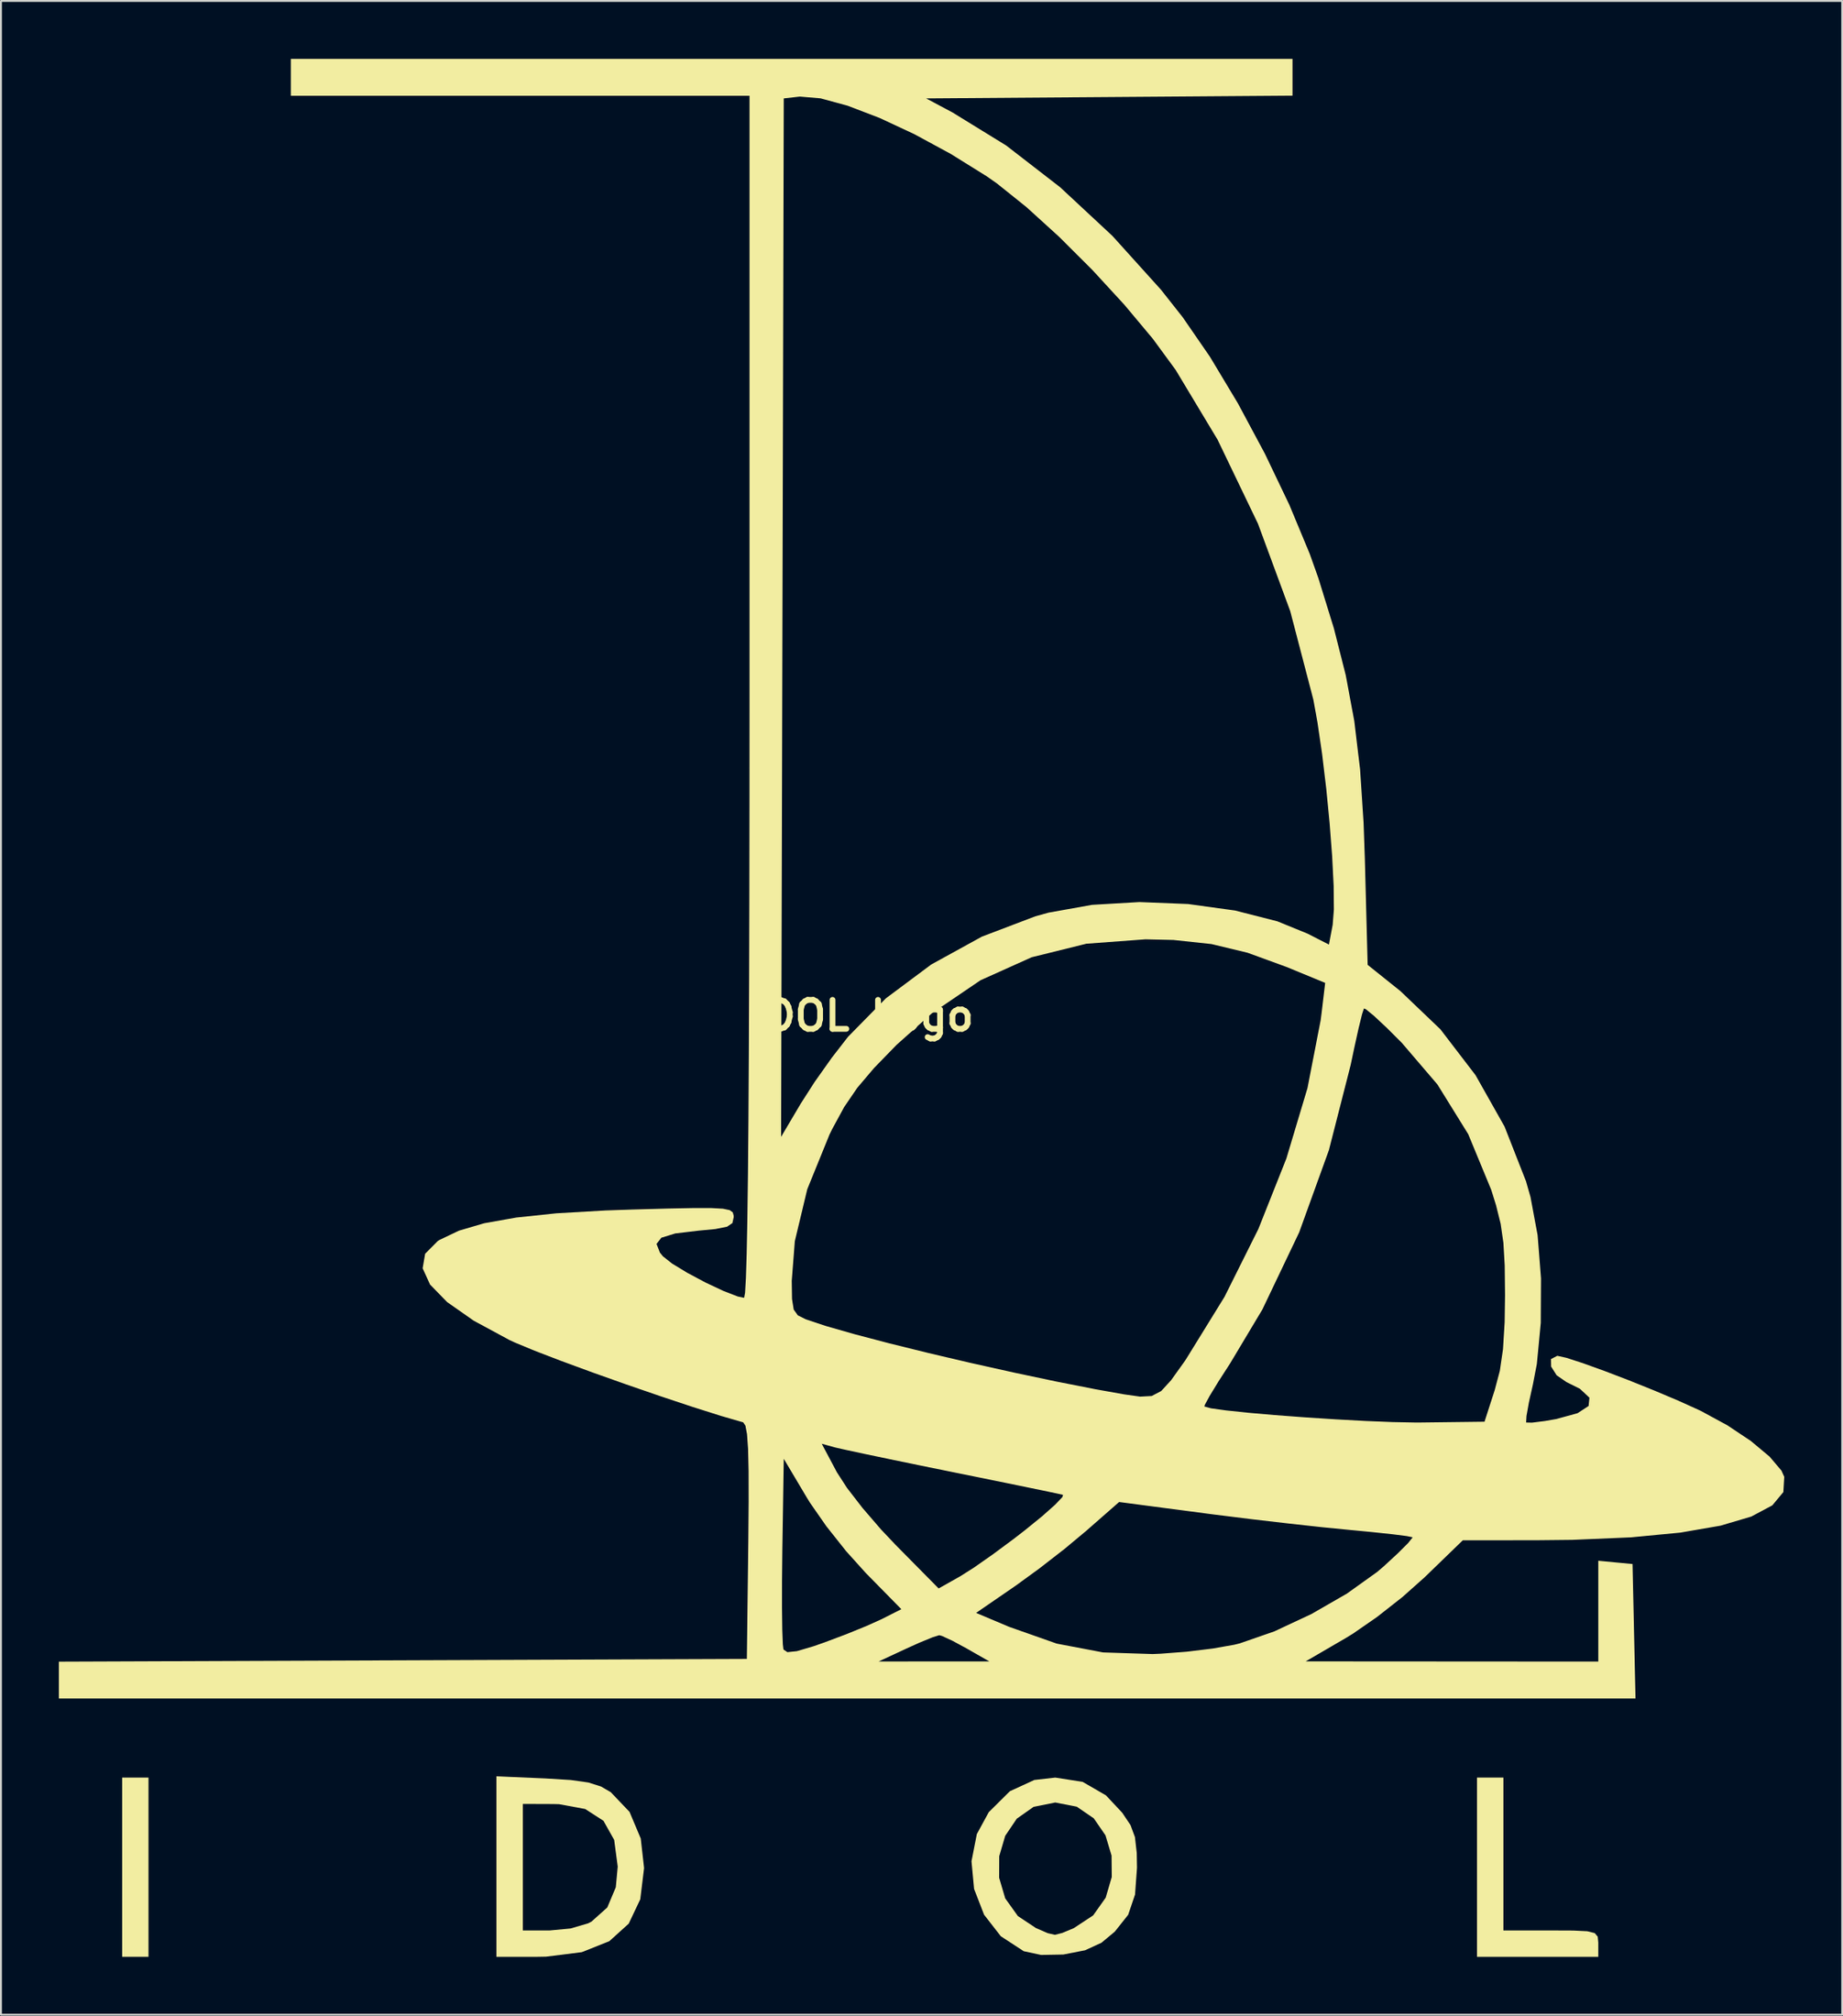
<source format=kicad_pcb>
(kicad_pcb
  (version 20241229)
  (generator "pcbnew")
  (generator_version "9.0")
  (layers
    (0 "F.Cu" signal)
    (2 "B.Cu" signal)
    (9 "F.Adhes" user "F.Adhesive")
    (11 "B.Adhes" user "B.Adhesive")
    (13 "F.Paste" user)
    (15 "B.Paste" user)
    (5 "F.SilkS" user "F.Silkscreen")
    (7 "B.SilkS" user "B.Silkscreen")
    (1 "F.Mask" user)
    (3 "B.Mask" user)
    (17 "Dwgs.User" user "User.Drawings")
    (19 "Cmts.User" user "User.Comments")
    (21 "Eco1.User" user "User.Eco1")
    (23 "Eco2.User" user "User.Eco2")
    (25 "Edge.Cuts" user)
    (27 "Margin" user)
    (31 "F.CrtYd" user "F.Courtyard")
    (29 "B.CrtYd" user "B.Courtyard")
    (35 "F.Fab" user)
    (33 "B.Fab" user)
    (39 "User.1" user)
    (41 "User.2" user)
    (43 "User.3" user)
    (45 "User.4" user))
  (footprint "IDOL Logo"
    (layer "F.Cu")
    (at 41.651 49.571)
    (property "Reference" "IDOL Logo" (at 0 0 0) (layer "F.SilkS") (effects (font (size 1.5 1.5) (thickness 0.3))))
    (attr board_only exclude_from_pos_files exclude_from_bom)
    (fp_poly (pts (xy -37.008 44.109) (xy -37.008 48.752) (xy -37.69 48.752) (xy -38.373 48.752) (xy -38.373 44.109) (xy -38.373 39.466) (xy -37.69 39.466) (xy -37.008 39.466)) (stroke (width 0) (type solid)) (fill yes) (layer "F.SilkS"))
    (fp_poly (pts (xy 33.184 43.426) (xy 33.184 47.386) (xy 35.642 47.386) (xy 36.806 47.391) (xy 37.528 47.427) (xy 37.914 47.523) (xy 38.07 47.707) (xy 38.1 48.009) (xy 38.1 48.069) (xy 38.1 48.752) (xy 34.959 48.752) (xy 31.818 48.752) (xy 31.818 44.109) (xy 31.818 39.466) (xy 32.501 39.466) (xy 33.184 39.466)) (stroke (width 0) (type solid)) (fill yes) (layer "F.SilkS"))
    (fp_poly (pts (xy -16.443 39.511) (xy -15.129 39.593) (xy -14.219 39.722) (xy -13.57 39.927) (xy -13.062 40.221) (xy -12.087 41.244) (xy -11.506 42.624) (xy -11.334 44.154) (xy -11.531 45.772) (xy -12.129 47.033) (xy -13.135 47.943) (xy -14.56 48.511) (xy -16.412 48.744) (xy -16.855 48.752) (xy -18.982 48.752) (xy -18.982 44.109) (xy -17.616 44.109) (xy -17.616 47.386) (xy -16.224 47.386) (xy -15.142 47.284) (xy -14.235 47.019) (xy -14.063 46.931) (xy -13.239 46.195) (xy -12.799 45.149) (xy -12.7 44.078) (xy -12.882 42.696) (xy -13.438 41.706) (xy -14.384 41.095) (xy -15.735 40.845) (xy -16.046 40.837) (xy -17.616 40.831) (xy -17.616 44.109) (xy -18.982 44.109) (xy -18.982 44.076) (xy -18.982 39.4)) (stroke (width 0) (type solid)) (fill yes) (layer "F.SilkS"))
    (fp_poly (pts (xy 11.388 39.69) (xy 12.595 40.388) (xy 13.437 41.288) (xy 13.864 41.924) (xy 14.096 42.549) (xy 14.189 43.371) (xy 14.202 44.136) (xy 14.101 45.527) (xy 13.745 46.575) (xy 13.05 47.45) (xy 12.362 48.022) (xy 11.513 48.413) (xy 10.387 48.633) (xy 9.234 48.654) (xy 8.336 48.462) (xy 7.148 47.687) (xy 6.28 46.571) (xy 5.763 45.236) (xy 5.708 44.656) (xy 7.06 44.656) (xy 7.376 45.725) (xy 8.031 46.64) (xy 8.965 47.261) (xy 9.579 47.527) (xy 9.948 47.612) (xy 10.333 47.515) (xy 10.928 47.266) (xy 11.931 46.606) (xy 12.581 45.688) (xy 12.894 44.619) (xy 12.884 43.507) (xy 12.569 42.457) (xy 11.963 41.578) (xy 11.083 40.975) (xy 9.969 40.757) (xy 8.844 40.984) (xy 7.974 41.596) (xy 7.375 42.484) (xy 7.065 43.539) (xy 7.06 44.656) (xy 5.708 44.656) (xy 5.628 43.803) (xy 5.905 42.394) (xy 6.522 41.26) (xy 7.616 40.174) (xy 8.882 39.591) (xy 9.969 39.466)) (stroke (width 0) (type solid)) (fill yes) (layer "F.SilkS"))
    (fp_poly (pts (xy 22.259 -48.619) (xy 22.259 -47.666) (xy 12.768 -47.594) (xy 3.277 -47.523) (xy 4.643 -46.796) (xy 7.428 -45.082) (xy 10.222 -42.92) (xy 12.929 -40.4) (xy 15.448 -37.608) (xy 16.569 -36.188) (xy 17.979 -34.142) (xy 19.428 -31.729) (xy 20.83 -29.113) (xy 22.098 -26.461) (xy 23.148 -23.936) (xy 23.594 -22.686) (xy 24.403 -20.067) (xy 25.016 -17.648) (xy 25.459 -15.269) (xy 25.759 -12.768) (xy 25.942 -9.982) (xy 26.006 -8.147) (xy 26.151 -2.638) (xy 27.853 -1.274) (xy 29.92 0.701) (xy 31.741 3.078) (xy 33.244 5.741) (xy 34.355 8.574) (xy 34.588 9.39) (xy 34.955 11.36) (xy 35.133 13.607) (xy 35.121 15.909) (xy 34.916 18.047) (xy 34.715 19.09) (xy 34.507 20.03) (xy 34.38 20.735) (xy 34.36 21.066) (xy 34.363 21.072) (xy 34.663 21.079) (xy 35.33 20.995) (xy 35.925 20.892) (xy 37.025 20.59) (xy 37.599 20.215) (xy 37.641 19.786) (xy 37.146 19.323) (xy 36.452 18.978) (xy 35.943 18.626) (xy 35.657 18.175) (xy 35.649 17.786) (xy 35.974 17.617) (xy 35.983 17.617) (xy 36.445 17.72) (xy 37.293 17.995) (xy 38.413 18.399) (xy 39.689 18.887) (xy 41.006 19.417) (xy 42.251 19.943) (xy 43.307 20.421) (xy 43.406 20.468) (xy 44.786 21.216) (xy 46.009 22.033) (xy 46.976 22.841) (xy 47.588 23.563) (xy 47.735 23.887) (xy 47.688 24.676) (xy 47.116 25.363) (xy 46.028 25.944) (xy 44.437 26.415) (xy 42.353 26.776) (xy 39.788 27.022) (xy 36.752 27.151) (xy 34.931 27.171) (xy 31.08 27.175) (xy 29.098 29.095) (xy 27.954 30.113) (xy 26.64 31.145) (xy 25.388 32.012) (xy 25.03 32.231) (xy 22.942 33.447) (xy 30.521 33.452) (xy 38.1 33.457) (xy 38.1 30.845) (xy 38.1 28.233) (xy 38.988 28.319) (xy 39.875 28.404) (xy 39.952 31.887) (xy 40.028 35.369) (xy -0.811 35.369) (xy -41.651 35.369) (xy -41.651 34.415) (xy -41.651 33.461) (xy -39.294 33.452) (xy 0.819 33.452) (xy 3.687 33.451) (xy 6.555 33.45) (xy 5.366 32.771) (xy 4.639 32.378) (xy 4.107 32.133) (xy 3.959 32.091) (xy 3.611 32.199) (xy 2.935 32.477) (xy 2.28 32.772) (xy 0.819 33.452) (xy -39.294 33.452) (xy -23.83 33.391) (xy -6.009 33.32) (xy -5.977 30.689) (xy -4.19 30.689) (xy -4.175 31.811) (xy -4.146 32.561) (xy -4.113 32.83) (xy -3.909 32.969) (xy -3.416 32.917) (xy -2.55 32.661) (xy -1.99 32.465) (xy -0.865 32.042) (xy 0.198 31.609) (xy 0.976 31.258) (xy 0.997 31.247) (xy 1.613 30.935) (xy 5.867 30.935) (xy 7.577 31.657) (xy 10.046 32.527) (xy 12.447 32.983) (xy 15.012 33.067) (xy 15.431 33.049) (xy 16.785 32.945) (xy 18.133 32.78) (xy 19.243 32.584) (xy 19.528 32.514) (xy 21.316 31.893) (xy 23.235 30.996) (xy 25.079 29.934) (xy 26.643 28.815) (xy 26.983 28.525) (xy 27.716 27.848) (xy 28.243 27.322) (xy 28.472 27.038) (xy 28.473 27.016) (xy 28.18 26.956) (xy 27.455 26.863) (xy 26.409 26.751) (xy 25.251 26.64) (xy 23.817 26.498) (xy 22.039 26.303) (xy 20.116 26.078) (xy 18.244 25.845) (xy 17.7 25.774) (xy 13.276 25.191) (xy 11.554 26.7) (xy 10.443 27.625) (xy 9.142 28.635) (xy 7.921 29.523) (xy 7.85 29.572) (xy 5.867 30.935) (xy 1.613 30.935) (xy 1.994 30.743) (xy 0.143 28.858) (xy -0.865 27.739) (xy -1.887 26.451) (xy -2.737 25.231) (xy -2.902 24.963) (xy -4.097 22.952) (xy -4.172 27.717) (xy -4.189 29.293) (xy -4.19 30.689) (xy -5.977 30.689) (xy -5.935 27.237) (xy -5.917 25.165) (xy -5.92 23.584) (xy -5.947 22.439) (xy -5.966 22.174) (xy -2.129 22.174) (xy -1.344 23.651) (xy -0.819 24.463) (xy -0.017 25.5) (xy 0.94 26.611) (xy 1.684 27.398) (xy 3.926 29.669) (xy 5.047 29.037) (xy 5.753 28.59) (xy 6.726 27.909) (xy 7.809 27.107) (xy 8.401 26.649) (xy 9.294 25.923) (xy 9.964 25.328) (xy 10.336 24.937) (xy 10.37 24.819) (xy 10.033 24.744) (xy 9.245 24.579) (xy 8.09 24.341) (xy 6.654 24.047) (xy 5.02 23.715) (xy 4.643 23.639) (xy 2.946 23.293) (xy 1.397 22.973) (xy 0.09 22.699) (xy -0.882 22.49) (xy -1.429 22.366) (xy -1.474 22.354) (xy -2.129 22.174) (xy -5.966 22.174) (xy -6.001 21.674) (xy -6.084 21.234) (xy -6.197 21.065) (xy -6.208 21.061) (xy -7.345 20.732) (xy -8.808 20.268) (xy -8.885 20.243) (xy 17.694 20.243) (xy 18.033 20.336) (xy 18.82 20.446) (xy 19.956 20.566) (xy 21.343 20.687) (xy 22.883 20.803) (xy 24.477 20.907) (xy 26.028 20.992) (xy 27.436 21.049) (xy 28.605 21.072) (xy 28.94 21.071) (xy 32.206 21.03) (xy 32.735 19.391) (xy 32.999 18.395) (xy 33.164 17.274) (xy 33.249 15.878) (xy 33.268 14.475) (xy 33.252 12.936) (xy 33.185 11.765) (xy 33.043 10.784) (xy 32.803 9.816) (xy 32.552 9.013) (xy 31.362 6.134) (xy 29.766 3.559) (xy 27.922 1.404) (xy 27.124 0.608) (xy 26.474 0.001) (xy 26.06 -0.337) (xy 25.96 -0.378) (xy 25.861 -0.079) (xy 25.685 0.639) (xy 25.459 1.658) (xy 25.275 2.537) (xy 24.145 6.959) (xy 22.604 11.222) (xy 20.698 15.216) (xy 19.021 18.019) (xy 18.419 18.953) (xy 17.964 19.699) (xy 17.718 20.154) (xy 17.694 20.243) (xy -8.885 20.243) (xy -10.482 19.711) (xy -12.254 19.101) (xy -14.008 18.478) (xy -15.63 17.881) (xy -17.006 17.353) (xy -18.02 16.932) (xy -18.299 16.804) (xy -20.159 15.798) (xy -21.537 14.833) (xy -22.422 13.924) (xy -22.805 13.084) (xy -22.676 12.329) (xy -22.023 11.672) (xy -21.928 11.612) (xy -20.923 11.133) (xy -19.616 10.749) (xy -17.952 10.453) (xy -15.879 10.235) (xy -13.341 10.087) (xy -11.949 10.039) (xy -10.134 9.989) (xy -8.794 9.962) (xy -7.856 9.962) (xy -7.249 9.996) (xy -6.9 10.069) (xy -6.739 10.185) (xy -6.693 10.352) (xy -6.691 10.438) (xy -6.757 10.74) (xy -7.033 10.928) (xy -7.637 11.049) (xy -8.492 11.131) (xy -9.718 11.278) (xy -10.438 11.499) (xy -10.69 11.821) (xy -10.513 12.27) (xy -10.358 12.462) (xy -9.884 12.837) (xy -9.095 13.317) (xy -8.155 13.818) (xy -7.229 14.254) (xy -6.482 14.543) (xy -6.151 14.612) (xy -6.102 14.358) (xy -6.066 13.731) (xy -3.683 13.731) (xy -3.669 14.676) (xy -3.582 15.223) (xy -3.369 15.52) (xy -2.973 15.717) (xy -2.936 15.732) (xy -1.911 16.074) (xy -0.446 16.493) (xy 1.359 16.968) (xy 3.406 17.474) (xy 5.598 17.988) (xy 7.836 18.487) (xy 10.023 18.949) (xy 12.06 19.35) (xy 13.519 19.611) (xy 14.363 19.731) (xy 14.964 19.699) (xy 15.455 19.442) (xy 15.966 18.886) (xy 16.631 17.956) (xy 16.725 17.821) (xy 18.736 14.562) (xy 20.492 11.043) (xy 21.941 7.396) (xy 23.033 3.752) (xy 23.715 0.243) (xy 23.768 -0.168) (xy 23.952 -1.702) (xy 21.945 -2.529) (xy 19.93 -3.264) (xy 18.064 -3.713) (xy 16.093 -3.926) (xy 14.642 -3.96) (xy 11.578 -3.731) (xy 8.745 -3.03) (xy 6.096 -1.839) (xy 3.589 -0.138) (xy 1.743 1.512) (xy 0.576 2.713) (xy -0.287 3.731) (xy -0.967 4.728) (xy -1.586 5.866) (xy -1.728 6.155) (xy -2.88 8.988) (xy -3.525 11.681) (xy -3.683 13.731) (xy -6.066 13.731) (xy -6.058 13.594) (xy -6.018 12.316) (xy -5.983 10.521) (xy -5.953 8.204) (xy -5.936 6.274) (xy -4.236 6.274) (xy -3.212 4.543) (xy -2.496 3.427) (xy -1.61 2.177) (xy -0.766 1.088) (xy 1.19 -0.9) (xy 3.543 -2.655) (xy 6.167 -4.099) (xy 8.936 -5.152) (xy 9.618 -5.341) (xy 11.871 -5.745) (xy 14.33 -5.89) (xy 16.849 -5.788) (xy 19.28 -5.452) (xy 21.475 -4.892) (xy 23.044 -4.251) (xy 24.146 -3.688) (xy 24.34 -4.712) (xy 24.402 -5.508) (xy 24.39 -6.729) (xy 24.313 -8.261) (xy 24.18 -9.989) (xy 24.003 -11.799) (xy 23.79 -13.576) (xy 23.551 -15.205) (xy 23.336 -16.387) (xy 22.142 -20.958) (xy 20.47 -25.489) (xy 18.379 -29.84) (xy 16.205 -33.457) (xy 15.023 -35.07) (xy 13.548 -36.833) (xy 11.892 -38.633) (xy 10.164 -40.357) (xy 8.474 -41.893) (xy 6.933 -43.127) (xy 6.418 -43.487) (xy 4.554 -44.647) (xy 2.672 -45.668) (xy 0.861 -46.513) (xy -0.791 -47.145) (xy -2.192 -47.526) (xy -3.256 -47.617) (xy -3.332 -47.61) (xy -4.097 -47.523) (xy -4.166 -20.624) (xy -4.236 6.274) (xy -5.936 6.274) (xy -5.928 5.363) (xy -5.908 1.994) (xy -5.892 -1.907) (xy -5.881 -6.344) (xy -5.874 -11.32) (xy -5.872 -16.524) (xy -5.872 -47.659) (xy -17.753 -47.659) (xy -29.633 -47.659) (xy -29.633 -48.615) (xy -29.633 -49.571) (xy -3.687 -49.571) (xy 22.259 -49.571)) (stroke (width 0) (type solid)) (fill yes) (layer "F.SilkS")))
  (gr_rect
    (start -3 -3)
    (end 92.386 101.323)
    (stroke (width 0.1) (type default))
    (fill no)
    (layer "Edge.Cuts")))
</source>
